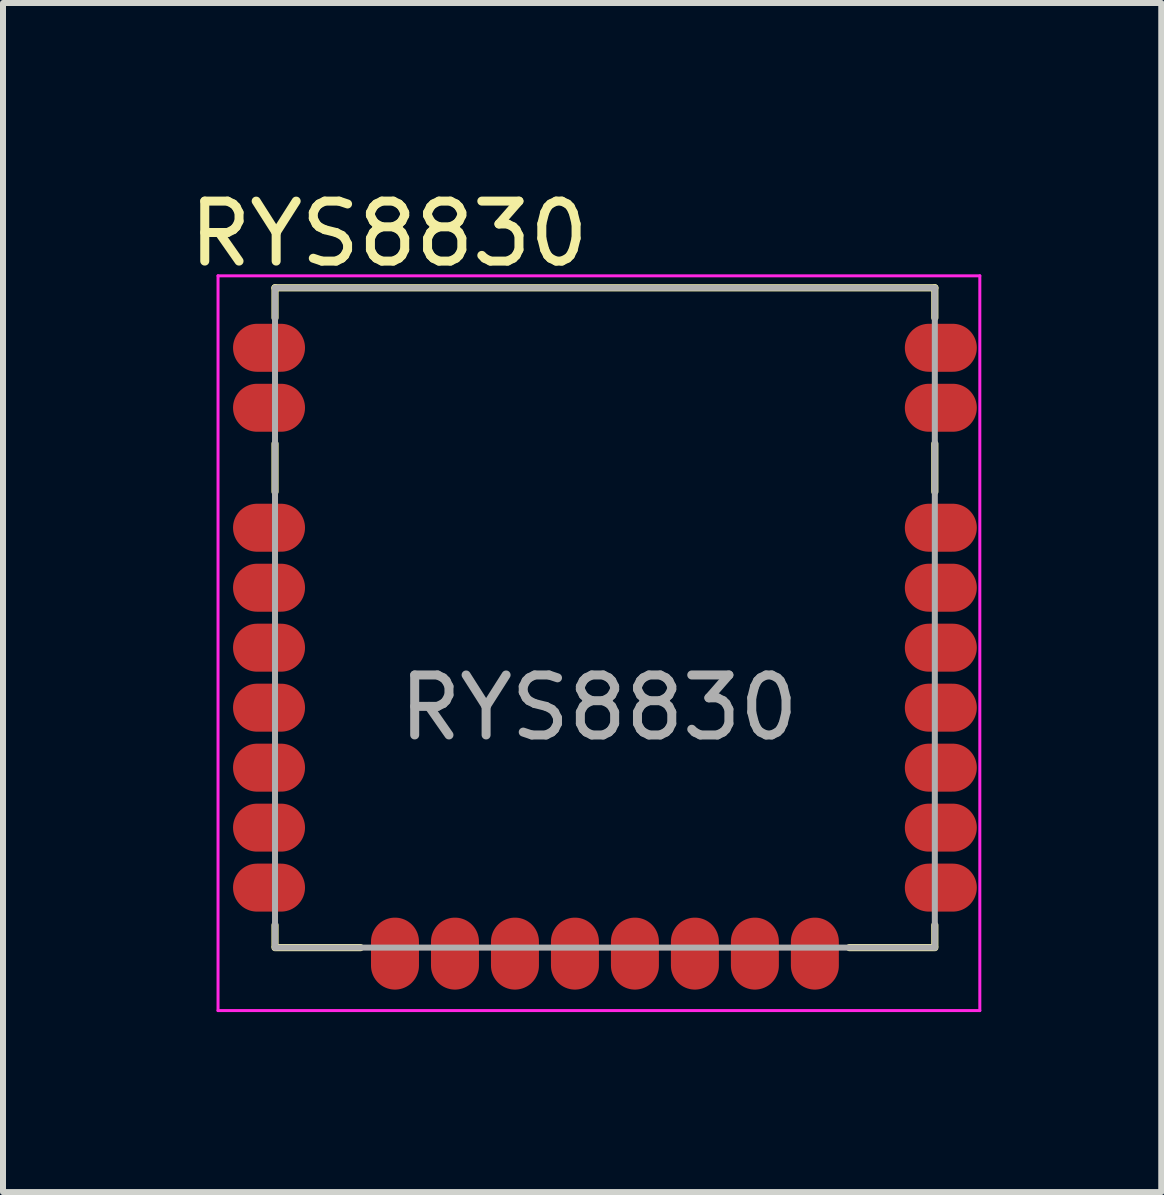
<source format=kicad_pcb>
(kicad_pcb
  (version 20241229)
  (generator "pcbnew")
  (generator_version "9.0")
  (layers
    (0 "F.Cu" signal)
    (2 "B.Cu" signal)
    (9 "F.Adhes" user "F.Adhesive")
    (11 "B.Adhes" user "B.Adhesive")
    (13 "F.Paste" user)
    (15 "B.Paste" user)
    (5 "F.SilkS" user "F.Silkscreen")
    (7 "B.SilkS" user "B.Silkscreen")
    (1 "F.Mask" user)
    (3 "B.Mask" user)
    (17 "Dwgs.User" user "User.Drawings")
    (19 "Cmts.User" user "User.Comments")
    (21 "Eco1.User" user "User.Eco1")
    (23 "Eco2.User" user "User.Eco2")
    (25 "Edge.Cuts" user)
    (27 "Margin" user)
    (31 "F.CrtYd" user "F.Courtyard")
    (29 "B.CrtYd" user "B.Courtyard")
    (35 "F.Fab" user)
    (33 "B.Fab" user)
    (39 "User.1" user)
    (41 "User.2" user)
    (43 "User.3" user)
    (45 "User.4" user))
  (footprint "RYS8830"
    (layer "F.Cu")
    (at 6.935 8.748)
    (property "Reference" "RYS8830" (at -3.5 -7.9 0) (layer "F.SilkS") (effects (font (size 1 1) (thickness 0.15))))
    (attr smd)
    (fp_line (start -5.4 -7) (end -5.4 -6.5) (stroke (width 0.12) (type default)) (layer "F.SilkS"))
    (fp_line (start -5.4 -7) (end 5.6 -7) (stroke (width 0.12) (type default)) (layer "F.SilkS"))
    (fp_line (start -5.4 -3.6) (end -5.4 -4.4) (stroke (width 0.12) (type default)) (layer "F.SilkS"))
    (fp_line (start -5.4 3.625) (end -5.4 3.975) (stroke (width 0.12) (type default)) (layer "F.SilkS"))
    (fp_line (start -3.975 4) (end -5.4 4) (stroke (width 0.12) (type default)) (layer "F.SilkS"))
    (fp_line (start 5.6 -7) (end 5.6 -6.5) (stroke (width 0.12) (type default)) (layer "F.SilkS"))
    (fp_line (start 5.6 -3.6) (end 5.6 -4.4) (stroke (width 0.12) (type default)) (layer "F.SilkS"))
    (fp_line (start 5.6 3.625) (end 5.6 3.975) (stroke (width 0.12) (type default)) (layer "F.SilkS"))
    (fp_line (start 5.6 4) (end 4.175 4) (stroke (width 0.12) (type default)) (layer "F.SilkS"))
    (fp_line (start -6.35 -7.2) (end 6.35 -7.2) (stroke (width 0.05) (type default)) (layer "F.CrtYd"))
    (fp_line (start -6.35 5.05) (end -6.35 -7.2) (stroke (width 0.05) (type default)) (layer "F.CrtYd"))
    (fp_line (start 6.35 -7.2) (end 6.35 5.05) (stroke (width 0.05) (type default)) (layer "F.CrtYd"))
    (fp_line (start 6.35 5.05) (end -6.35 5.05) (stroke (width 0.05) (type default)) (layer "F.CrtYd"))
    (fp_line (start -5.4 -7) (end -5.4 4) (stroke (width 0.1) (type default)) (layer "F.Fab"))
    (fp_line (start -5.4 4) (end 5.6 4) (stroke (width 0.1) (type default)) (layer "F.Fab"))
    (fp_line (start 5.6 -7) (end -5.4 -7) (stroke (width 0.1) (type default)) (layer "F.Fab"))
    (fp_line (start 5.6 4) (end 5.6 -7) (stroke (width 0.1) (type default)) (layer "F.Fab"))
    (fp_text user "${REFERENCE}" (at 0 0 0) (layer "F.Fab") (effects (font (size 1 1) (thickness 0.15))))
    (pad "1" smd oval (at -5.5 -3 90) (size 0.8 1.2) (layers "F.Cu" "F.Mask" "F.Paste"))
    (pad "2" smd oval (at -5.5 -2 90) (size 0.8 1.2) (layers "F.Cu" "F.Mask" "F.Paste"))
    (pad "3" smd oval (at -5.5 -1 90) (size 0.8 1.2) (layers "F.Cu" "F.Mask" "F.Paste"))
    (pad "4" smd oval (at -5.5 0 90) (size 0.8 1.2) (layers "F.Cu" "F.Mask" "F.Paste"))
    (pad "5" smd oval (at -5.5 1 90) (size 0.8 1.2) (layers "F.Cu" "F.Mask" "F.Paste"))
    (pad "6" smd oval (at -5.5 2 90) (size 0.8 1.2) (layers "F.Cu" "F.Mask" "F.Paste"))
    (pad "7" smd oval (at -5.5 3 90) (size 0.8 1.2) (layers "F.Cu" "F.Mask" "F.Paste"))
    (pad "8" smd oval (at -3.4 4.1) (size 0.8 1.2) (layers "F.Cu" "F.Mask" "F.Paste"))
    (pad "9" smd oval (at -2.4 4.1) (size 0.8 1.2) (layers "F.Cu" "F.Mask" "F.Paste"))
    (pad "10" smd oval (at -1.4 4.1) (size 0.8 1.2) (layers "F.Cu" "F.Mask" "F.Paste"))
    (pad "11" smd oval (at -0.4 4.1) (size 0.8 1.2) (layers "F.Cu" "F.Mask" "F.Paste"))
    (pad "12" smd oval (at 0.6 4.1) (size 0.8 1.2) (layers "F.Cu" "F.Mask" "F.Paste"))
    (pad "13" smd oval (at 1.6 4.1) (size 0.8 1.2) (layers "F.Cu" "F.Mask" "F.Paste"))
    (pad "14" smd oval (at 2.6 4.1) (size 0.8 1.2) (layers "F.Cu" "F.Mask" "F.Paste"))
    (pad "15" smd oval (at 3.6 4.1) (size 0.8 1.2) (layers "F.Cu" "F.Mask" "F.Paste"))
    (pad "16" smd oval (at 5.7 3 90) (size 0.8 1.2) (layers "F.Cu" "F.Mask" "F.Paste"))
    (pad "17" smd oval (at 5.7 2 90) (size 0.8 1.2) (layers "F.Cu" "F.Mask" "F.Paste"))
    (pad "18" smd oval (at 5.7 1 90) (size 0.8 1.2) (layers "F.Cu" "F.Mask" "F.Paste"))
    (pad "19" smd oval (at 5.7 0 90) (size 0.8 1.2) (layers "F.Cu" "F.Mask" "F.Paste"))
    (pad "20" smd oval (at 5.7 -1 90) (size 0.8 1.2) (layers "F.Cu" "F.Mask" "F.Paste"))
    (pad "21" smd oval (at 5.7 -2 90) (size 0.8 1.2) (layers "F.Cu" "F.Mask" "F.Paste"))
    (pad "22" smd oval (at 5.7 -3 90) (size 0.8 1.2) (layers "F.Cu" "F.Mask" "F.Paste"))
    (pad "G1" smd oval (at -5.5 -6 90) (size 0.8 1.2) (layers "F.Cu" "F.Mask" "F.Paste"))
    (pad "G2" smd oval (at -5.5 -5 90) (size 0.8 1.2) (layers "F.Cu" "F.Mask" "F.Paste"))
    (pad "G3" smd oval (at 5.7 -5 90) (size 0.8 1.2) (layers "F.Cu" "F.Mask" "F.Paste"))
    (pad "G4" smd oval (at 5.7 -6 90) (size 0.8 1.2) (layers "F.Cu" "F.Mask" "F.Paste"))
    (zone (net_name "") (layers "F.Cu" "B.Cu") (name "ANTENNA") (hatch edge 0.5) (connect_pads) (min_thickness 0.25) (filled_areas_thickness no) (keepout (tracks not_allowed) (vias not_allowed) (pads not_allowed) (copperpour allowed) (footprints allowed)) (placement (enabled no)) (fill) (polygon (pts (xy 2.335 1.748) (xy 2.335 5.148) (xy 11.535 5.148) (xy 11.535 1.748)))))
  (gr_rect
    (start -3 -3)
    (end 16.31 16.823)
    (stroke (width 0.1) (type default))
    (fill no)
    (layer "Edge.Cuts")))
</source>
